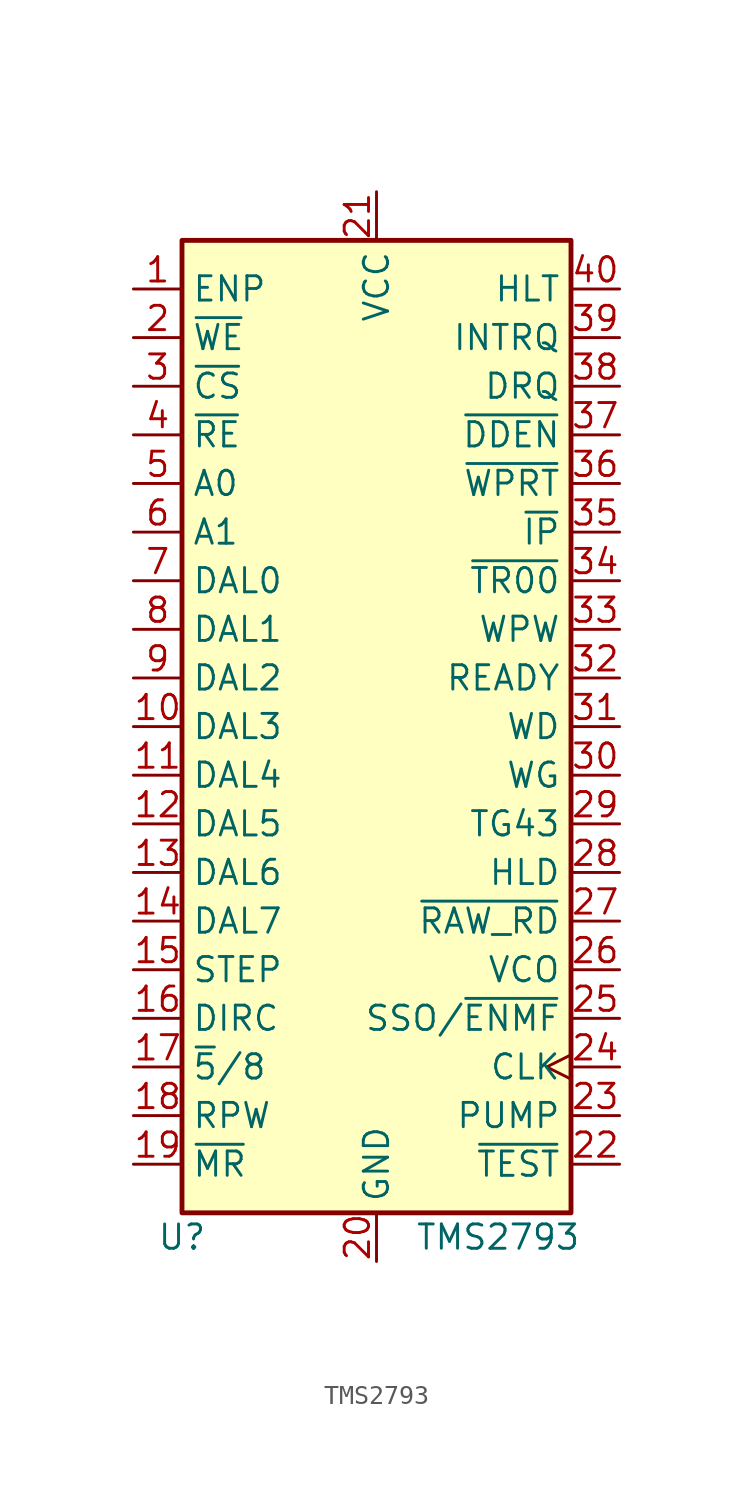
<source format=kicad_sym>
(kicad_symbol_lib
  (version 20211014)
  (generator kicad_symbol_editor)
  (symbol "TMS2793"
    (property "Reference" "U"
      (at -10.16 -27.94 0)
      (effects (font (size 1.27 1.27))))
    (property "Value" "TMS2793"
      (at 6.35 -27.94 0)
      (effects (font (size 1.27 1.27))))
    (symbol "TMS2793_0_1"
      (rectangle (start -10.16 24.13) (end 10.16 -26.67) (stroke (width 0.254) (type default) (color 0 0 0 0)) (fill (type background))))
    (symbol "TMS2793_1_1"
      (pin input line (at -12.7 21.59 0) (length 2.54) (name "ENP" (effects (font (size 1.27 1.27)))) (number "1" (effects (font (size 1.27 1.27)))))
      (pin tri_state line (at -12.7 -1.27 0) (length 2.54) (name "DAL3" (effects (font (size 1.27 1.27)))) (number "10" (effects (font (size 1.27 1.27)))))
      (pin tri_state line (at -12.7 -3.81 0) (length 2.54) (name "DAL4" (effects (font (size 1.27 1.27)))) (number "11" (effects (font (size 1.27 1.27)))))
      (pin tri_state line (at -12.7 -6.35 0) (length 2.54) (name "DAL5" (effects (font (size 1.27 1.27)))) (number "12" (effects (font (size 1.27 1.27)))))
      (pin tri_state line (at -12.7 -8.89 0) (length 2.54) (name "DAL6" (effects (font (size 1.27 1.27)))) (number "13" (effects (font (size 1.27 1.27)))))
      (pin tri_state line (at -12.7 -11.43 0) (length 2.54) (name "DAL7" (effects (font (size 1.27 1.27)))) (number "14" (effects (font (size 1.27 1.27)))))
      (pin output line (at -12.7 -13.97 0) (length 2.54) (name "STEP" (effects (font (size 1.27 1.27)))) (number "15" (effects (font (size 1.27 1.27)))))
      (pin output line (at -12.7 -16.51 0) (length 2.54) (name "DIRC" (effects (font (size 1.27 1.27)))) (number "16" (effects (font (size 1.27 1.27)))))
      (pin input line (at -12.7 -19.05 0) (length 2.54) (name "~{5}/8" (effects (font (size 1.27 1.27)))) (number "17" (effects (font (size 1.27 1.27)))))
      (pin input line (at -12.7 -21.59 0) (length 2.54) (name "RPW" (effects (font (size 1.27 1.27)))) (number "18" (effects (font (size 1.27 1.27)))))
      (pin input line (at -12.7 -24.13 0) (length 2.54) (name "~{MR}" (effects (font (size 1.27 1.27)))) (number "19" (effects (font (size 1.27 1.27)))))
      (pin input line (at -12.7 19.05 0) (length 2.54) (name "~{WE}" (effects (font (size 1.27 1.27)))) (number "2" (effects (font (size 1.27 1.27)))))
      (pin power_in line (at 0 -29.21 90) (length 2.54) (name "GND" (effects (font (size 1.27 1.27)))) (number "20" (effects (font (size 1.27 1.27)))))
      (pin power_in line (at 0 26.67 270) (length 2.54) (name "VCC" (effects (font (size 1.27 1.27)))) (number "21" (effects (font (size 1.27 1.27)))))
      (pin input line (at 12.7 -24.13 180) (length 2.54) (name "~{TEST}" (effects (font (size 1.27 1.27)))) (number "22" (effects (font (size 1.27 1.27)))))
      (pin output line (at 12.7 -21.59 180) (length 2.54) (name "PUMP" (effects (font (size 1.27 1.27)))) (number "23" (effects (font (size 1.27 1.27)))))
      (pin input clock (at 12.7 -19.05 180) (length 2.54) (name "CLK" (effects (font (size 1.27 1.27)))) (number "24" (effects (font (size 1.27 1.27)))))
      (pin input line (at 12.7 -16.51 180) (length 2.54) (name "SSO/~{ENMF}" (effects (font (size 1.27 1.27)))) (number "25" (effects (font (size 1.27 1.27)))))
      (pin input line (at 12.7 -13.97 180) (length 2.54) (name "VCO" (effects (font (size 1.27 1.27)))) (number "26" (effects (font (size 1.27 1.27)))))
      (pin input line (at 12.7 -11.43 180) (length 2.54) (name "~{RAW_RD}" (effects (font (size 1.27 1.27)))) (number "27" (effects (font (size 1.27 1.27)))))
      (pin output line (at 12.7 -8.89 180) (length 2.54) (name "HLD" (effects (font (size 1.27 1.27)))) (number "28" (effects (font (size 1.27 1.27)))))
      (pin output line (at 12.7 -6.35 180) (length 2.54) (name "TG43" (effects (font (size 1.27 1.27)))) (number "29" (effects (font (size 1.27 1.27)))))
      (pin input line (at -12.7 16.51 0) (length 2.54) (name "~{CS}" (effects (font (size 1.27 1.27)))) (number "3" (effects (font (size 1.27 1.27)))))
      (pin output line (at 12.7 -3.81 180) (length 2.54) (name "WG" (effects (font (size 1.27 1.27)))) (number "30" (effects (font (size 1.27 1.27)))))
      (pin output line (at 12.7 -1.27 180) (length 2.54) (name "WD" (effects (font (size 1.27 1.27)))) (number "31" (effects (font (size 1.27 1.27)))))
      (pin input line (at 12.7 1.27 180) (length 2.54) (name "READY" (effects (font (size 1.27 1.27)))) (number "32" (effects (font (size 1.27 1.27)))))
      (pin input line (at 12.7 3.81 180) (length 2.54) (name "WPW" (effects (font (size 1.27 1.27)))) (number "33" (effects (font (size 1.27 1.27)))))
      (pin input line (at 12.7 6.35 180) (length 2.54) (name "~{TR00}" (effects (font (size 1.27 1.27)))) (number "34" (effects (font (size 1.27 1.27)))))
      (pin input line (at 12.7 8.89 180) (length 2.54) (name "~{IP}" (effects (font (size 1.27 1.27)))) (number "35" (effects (font (size 1.27 1.27)))))
      (pin input line (at 12.7 11.43 180) (length 2.54) (name "~{WPRT}" (effects (font (size 1.27 1.27)))) (number "36" (effects (font (size 1.27 1.27)))))
      (pin input line (at 12.7 13.97 180) (length 2.54) (name "~{DDEN}" (effects (font (size 1.27 1.27)))) (number "37" (effects (font (size 1.27 1.27)))))
      (pin output line (at 12.7 16.51 180) (length 2.54) (name "DRQ" (effects (font (size 1.27 1.27)))) (number "38" (effects (font (size 1.27 1.27)))))
      (pin output line (at 12.7 19.05 180) (length 2.54) (name "INTRQ" (effects (font (size 1.27 1.27)))) (number "39" (effects (font (size 1.27 1.27)))))
      (pin input line (at -12.7 13.97 0) (length 2.54) (name "~{RE}" (effects (font (size 1.27 1.27)))) (number "4" (effects (font (size 1.27 1.27)))))
      (pin input line (at 12.7 21.59 180) (length 2.54) (name "HLT" (effects (font (size 1.27 1.27)))) (number "40" (effects (font (size 1.27 1.27)))))
      (pin input line (at -12.7 11.43 0) (length 2.54) (name "A0" (effects (font (size 1.27 1.27)))) (number "5" (effects (font (size 1.27 1.27)))))
      (pin input line (at -12.7 8.89 0) (length 2.54) (name "A1" (effects (font (size 1.27 1.27)))) (number "6" (effects (font (size 1.27 1.27)))))
      (pin tri_state line (at -12.7 6.35 0) (length 2.54) (name "DAL0" (effects (font (size 1.27 1.27)))) (number "7" (effects (font (size 1.27 1.27)))))
      (pin tri_state line (at -12.7 3.81 0) (length 2.54) (name "DAL1" (effects (font (size 1.27 1.27)))) (number "8" (effects (font (size 1.27 1.27)))))
      (pin tri_state line (at -12.7 1.27 0) (length 2.54) (name "DAL2" (effects (font (size 1.27 1.27)))) (number "9" (effects (font (size 1.27 1.27))))))))
</source>
